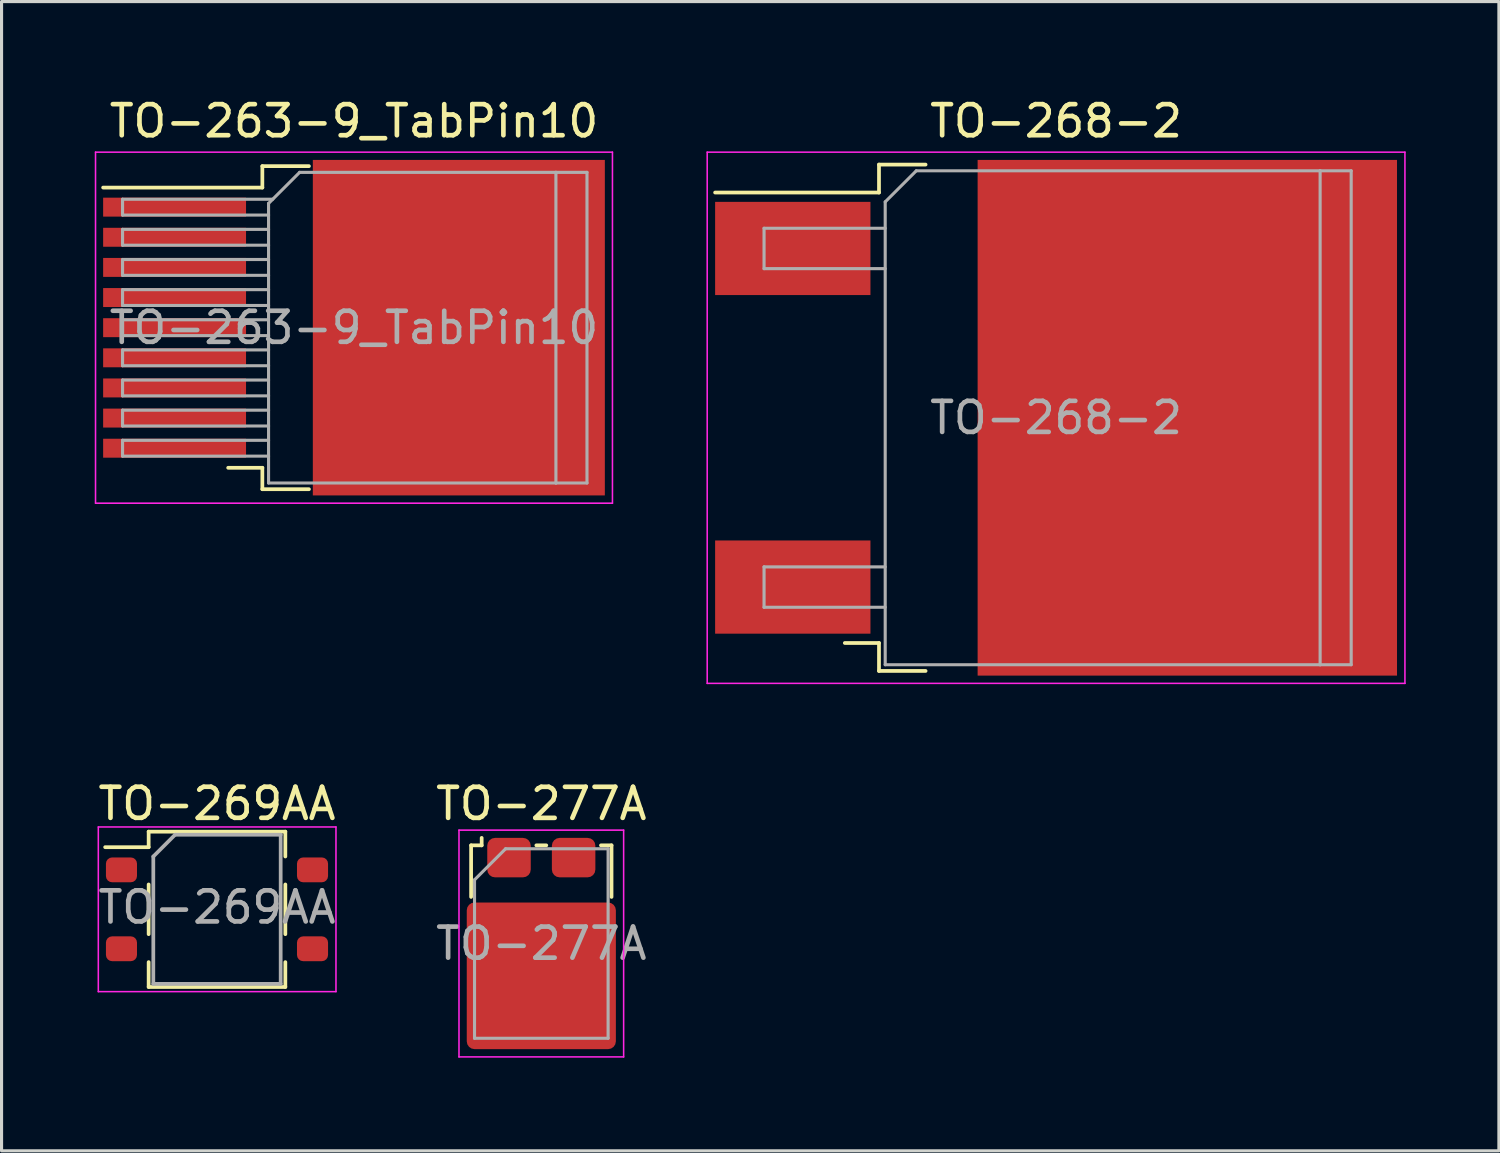
<source format=kicad_pcb>
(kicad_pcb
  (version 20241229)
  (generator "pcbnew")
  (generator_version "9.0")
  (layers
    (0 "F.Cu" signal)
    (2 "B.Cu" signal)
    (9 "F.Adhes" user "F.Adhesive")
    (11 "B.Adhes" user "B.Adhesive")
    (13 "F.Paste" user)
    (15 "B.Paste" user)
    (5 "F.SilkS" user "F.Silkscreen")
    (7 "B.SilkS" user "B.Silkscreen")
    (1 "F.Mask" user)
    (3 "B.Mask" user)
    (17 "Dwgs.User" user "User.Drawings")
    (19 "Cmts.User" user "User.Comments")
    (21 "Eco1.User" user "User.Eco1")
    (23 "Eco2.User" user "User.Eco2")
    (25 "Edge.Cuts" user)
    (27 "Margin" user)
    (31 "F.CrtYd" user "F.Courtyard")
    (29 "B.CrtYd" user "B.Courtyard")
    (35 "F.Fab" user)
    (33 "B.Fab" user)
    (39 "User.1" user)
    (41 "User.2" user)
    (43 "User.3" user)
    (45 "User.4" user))
  (footprint "TO-263-9_TabPin10"
    (layer "F.Cu")
    (at 8.345 7.498)
    (property "Reference" "TO-263-9_TabPin10" (at 0 -6.65 0) (layer "F.SilkS") (effects (font (size 1 1) (thickness 0.15))))
    (attr smd)
    (fp_line (start -2.95 -5.2) (end -2.95 -4.51) (stroke (width 0.12) (type solid)) (layer "F.SilkS"))
    (fp_line (start -2.95 -4.51) (end -8.075 -4.51) (stroke (width 0.12) (type solid)) (layer "F.SilkS"))
    (fp_line (start -2.95 4.51) (end -4.05 4.51) (stroke (width 0.12) (type solid)) (layer "F.SilkS"))
    (fp_line (start -2.95 5.2) (end -2.95 4.51) (stroke (width 0.12) (type solid)) (layer "F.SilkS"))
    (fp_line (start -1.45 -5.2) (end -2.95 -5.2) (stroke (width 0.12) (type solid)) (layer "F.SilkS"))
    (fp_line (start -1.45 5.2) (end -2.95 5.2) (stroke (width 0.12) (type solid)) (layer "F.SilkS"))
    (fp_line (start -8.32 -5.65) (end -8.32 5.65) (stroke (width 0.05) (type solid)) (layer "F.CrtYd"))
    (fp_line (start -8.32 5.65) (end 8.32 5.65) (stroke (width 0.05) (type solid)) (layer "F.CrtYd"))
    (fp_line (start 8.32 -5.65) (end -8.32 -5.65) (stroke (width 0.05) (type solid)) (layer "F.CrtYd"))
    (fp_line (start 8.32 5.65) (end 8.32 -5.65) (stroke (width 0.05) (type solid)) (layer "F.CrtYd"))
    (fp_line (start -7.45 -4.135) (end -7.45 -3.625) (stroke (width 0.1) (type solid)) (layer "F.Fab"))
    (fp_line (start -7.45 -3.625) (end -2.75 -3.625) (stroke (width 0.1) (type solid)) (layer "F.Fab"))
    (fp_line (start -7.45 -3.165) (end -7.45 -2.655) (stroke (width 0.1) (type solid)) (layer "F.Fab"))
    (fp_line (start -7.45 -2.655) (end -2.75 -2.655) (stroke (width 0.1) (type solid)) (layer "F.Fab"))
    (fp_line (start -7.45 -2.195) (end -7.45 -1.685) (stroke (width 0.1) (type solid)) (layer "F.Fab"))
    (fp_line (start -7.45 -1.685) (end -2.75 -1.685) (stroke (width 0.1) (type solid)) (layer "F.Fab"))
    (fp_line (start -7.45 -1.225) (end -7.45 -0.715) (stroke (width 0.1) (type solid)) (layer "F.Fab"))
    (fp_line (start -7.45 -0.715) (end -2.75 -0.715) (stroke (width 0.1) (type solid)) (layer "F.Fab"))
    (fp_line (start -7.45 -0.255) (end -7.45 0.255) (stroke (width 0.1) (type solid)) (layer "F.Fab"))
    (fp_line (start -7.45 0.255) (end -2.75 0.255) (stroke (width 0.1) (type solid)) (layer "F.Fab"))
    (fp_line (start -7.45 0.715) (end -7.45 1.225) (stroke (width 0.1) (type solid)) (layer "F.Fab"))
    (fp_line (start -7.45 1.225) (end -2.75 1.225) (stroke (width 0.1) (type solid)) (layer "F.Fab"))
    (fp_line (start -7.45 1.685) (end -7.45 2.195) (stroke (width 0.1) (type solid)) (layer "F.Fab"))
    (fp_line (start -7.45 2.195) (end -2.75 2.195) (stroke (width 0.1) (type solid)) (layer "F.Fab"))
    (fp_line (start -7.45 2.655) (end -7.45 3.165) (stroke (width 0.1) (type solid)) (layer "F.Fab"))
    (fp_line (start -7.45 3.165) (end -2.75 3.165) (stroke (width 0.1) (type solid)) (layer "F.Fab"))
    (fp_line (start -7.45 3.625) (end -7.45 4.135) (stroke (width 0.1) (type solid)) (layer "F.Fab"))
    (fp_line (start -7.45 4.135) (end -2.75 4.135) (stroke (width 0.1) (type solid)) (layer "F.Fab"))
    (fp_line (start -2.75 -4) (end -1.75 -5) (stroke (width 0.1) (type solid)) (layer "F.Fab"))
    (fp_line (start -2.75 -3.165) (end -7.45 -3.165) (stroke (width 0.1) (type solid)) (layer "F.Fab"))
    (fp_line (start -2.75 -2.195) (end -7.45 -2.195) (stroke (width 0.1) (type solid)) (layer "F.Fab"))
    (fp_line (start -2.75 -1.225) (end -7.45 -1.225) (stroke (width 0.1) (type solid)) (layer "F.Fab"))
    (fp_line (start -2.75 -0.255) (end -7.45 -0.255) (stroke (width 0.1) (type solid)) (layer "F.Fab"))
    (fp_line (start -2.75 0.715) (end -7.45 0.715) (stroke (width 0.1) (type solid)) (layer "F.Fab"))
    (fp_line (start -2.75 1.685) (end -7.45 1.685) (stroke (width 0.1) (type solid)) (layer "F.Fab"))
    (fp_line (start -2.75 2.655) (end -7.45 2.655) (stroke (width 0.1) (type solid)) (layer "F.Fab"))
    (fp_line (start -2.75 3.625) (end -7.45 3.625) (stroke (width 0.1) (type solid)) (layer "F.Fab"))
    (fp_line (start -2.75 5) (end -2.75 -4) (stroke (width 0.1) (type solid)) (layer "F.Fab"))
    (fp_line (start -2.615 -4.135) (end -7.45 -4.135) (stroke (width 0.1) (type solid)) (layer "F.Fab"))
    (fp_line (start -1.75 -5) (end 6.5 -5) (stroke (width 0.1) (type solid)) (layer "F.Fab"))
    (fp_line (start 6.5 -5) (end 6.5 5) (stroke (width 0.1) (type solid)) (layer "F.Fab"))
    (fp_line (start 6.5 -5) (end 7.5 -5) (stroke (width 0.1) (type solid)) (layer "F.Fab"))
    (fp_line (start 6.5 5) (end -2.75 5) (stroke (width 0.1) (type solid)) (layer "F.Fab"))
    (fp_line (start 7.5 -5) (end 7.5 5) (stroke (width 0.1) (type solid)) (layer "F.Fab"))
    (fp_line (start 7.5 5) (end 6.5 5) (stroke (width 0.1) (type solid)) (layer "F.Fab"))
    (fp_text user "${REFERENCE}" (at 0 0 0) (layer "F.Fab") (effects (font (size 1 1) (thickness 0.15))))
    (pad "" smd rect (at 0.95 -2.775) (size 4.55 5.25) (layers "F.Paste"))
    (pad "" smd rect (at 0.95 2.775) (size 4.55 5.25) (layers "F.Paste"))
    (pad "" smd rect (at 5.8 -2.775) (size 4.55 5.25) (layers "F.Paste"))
    (pad "" smd rect (at 5.8 2.775) (size 4.55 5.25) (layers "F.Paste"))
    (pad "1" smd rect (at -5.775 -3.88) (size 4.6 0.61) (layers "F.Cu" "F.Mask" "F.Paste"))
    (pad "2" smd rect (at -5.775 -2.91) (size 4.6 0.61) (layers "F.Cu" "F.Mask" "F.Paste"))
    (pad "3" smd rect (at -5.775 -1.94) (size 4.6 0.61) (layers "F.Cu" "F.Mask" "F.Paste"))
    (pad "4" smd rect (at -5.775 -0.97) (size 4.6 0.61) (layers "F.Cu" "F.Mask" "F.Paste"))
    (pad "5" smd rect (at -5.775 0) (size 4.6 0.61) (layers "F.Cu" "F.Mask" "F.Paste"))
    (pad "6" smd rect (at -5.775 0.97) (size 4.6 0.61) (layers "F.Cu" "F.Mask" "F.Paste"))
    (pad "7" smd rect (at -5.775 1.94) (size 4.6 0.61) (layers "F.Cu" "F.Mask" "F.Paste"))
    (pad "8" smd rect (at -5.775 2.91) (size 4.6 0.61) (layers "F.Cu" "F.Mask" "F.Paste"))
    (pad "9" smd rect (at -5.775 3.88) (size 4.6 0.61) (layers "F.Cu" "F.Mask" "F.Paste"))
    (pad "10" smd rect (at 3.375 0) (size 9.4 10.8) (layers "F.Cu" "F.Mask")))
  (footprint "TO-268-2"
    (layer "F.Cu")
    (at 30.945 10.398)
    (property "Reference" "TO-268-2" (at 0 -9.55 0) (layer "F.SilkS") (effects (font (size 1 1) (thickness 0.15))))
    (attr smd)
    (fp_line (start -5.7 -8.15) (end -5.7 -7.25) (stroke (width 0.12) (type solid)) (layer "F.SilkS"))
    (fp_line (start -5.7 -7.25) (end -10.975 -7.25) (stroke (width 0.12) (type solid)) (layer "F.SilkS"))
    (fp_line (start -5.7 7.25) (end -6.8 7.25) (stroke (width 0.12) (type solid)) (layer "F.SilkS"))
    (fp_line (start -5.7 8.15) (end -5.7 7.25) (stroke (width 0.12) (type solid)) (layer "F.SilkS"))
    (fp_line (start -4.2 -8.15) (end -5.7 -8.15) (stroke (width 0.12) (type solid)) (layer "F.SilkS"))
    (fp_line (start -4.2 8.15) (end -5.7 8.15) (stroke (width 0.12) (type solid)) (layer "F.SilkS"))
    (fp_line (start -11.23 -8.55) (end -11.23 8.55) (stroke (width 0.05) (type solid)) (layer "F.CrtYd"))
    (fp_line (start -11.23 8.55) (end 11.23 8.55) (stroke (width 0.05) (type solid)) (layer "F.CrtYd"))
    (fp_line (start 11.23 -8.55) (end -11.23 -8.55) (stroke (width 0.05) (type solid)) (layer "F.CrtYd"))
    (fp_line (start 11.23 8.55) (end 11.23 -8.55) (stroke (width 0.05) (type solid)) (layer "F.CrtYd"))
    (fp_line (start -9.4 -6.1) (end -9.4 -4.8) (stroke (width 0.1) (type solid)) (layer "F.Fab"))
    (fp_line (start -9.4 -4.8) (end -5.5 -4.8) (stroke (width 0.1) (type solid)) (layer "F.Fab"))
    (fp_line (start -9.4 4.8) (end -9.4 6.1) (stroke (width 0.1) (type solid)) (layer "F.Fab"))
    (fp_line (start -9.4 6.1) (end -5.5 6.1) (stroke (width 0.1) (type solid)) (layer "F.Fab"))
    (fp_line (start -5.5 -6.95) (end -4.5 -7.95) (stroke (width 0.1) (type solid)) (layer "F.Fab"))
    (fp_line (start -5.5 -6.1) (end -9.4 -6.1) (stroke (width 0.1) (type solid)) (layer "F.Fab"))
    (fp_line (start -5.5 4.8) (end -9.4 4.8) (stroke (width 0.1) (type solid)) (layer "F.Fab"))
    (fp_line (start -5.5 7.95) (end -5.5 -6.95) (stroke (width 0.1) (type solid)) (layer "F.Fab"))
    (fp_line (start -4.5 -7.95) (end 8.5 -7.95) (stroke (width 0.1) (type solid)) (layer "F.Fab"))
    (fp_line (start 8.5 -7.95) (end 8.5 7.95) (stroke (width 0.1) (type solid)) (layer "F.Fab"))
    (fp_line (start 8.5 -7.95) (end 9.5 -7.95) (stroke (width 0.1) (type solid)) (layer "F.Fab"))
    (fp_line (start 8.5 7.95) (end -5.5 7.95) (stroke (width 0.1) (type solid)) (layer "F.Fab"))
    (fp_line (start 9.5 -7.95) (end 9.5 7.95) (stroke (width 0.1) (type solid)) (layer "F.Fab"))
    (fp_line (start 9.5 7.95) (end 8.5 7.95) (stroke (width 0.1) (type solid)) (layer "F.Fab"))
    (fp_text user "${REFERENCE}" (at 0 0 0) (layer "F.Fab") (effects (font (size 1 1) (thickness 0.15))))
    (pad "" smd rect (at 0.775 -4.225) (size 6.6 8.15) (layers "F.Paste"))
    (pad "" smd rect (at 0.775 4.225) (size 6.6 8.15) (layers "F.Paste"))
    (pad "" smd rect (at 7.675 -4.225) (size 6.6 8.15) (layers "F.Paste"))
    (pad "" smd rect (at 7.675 4.225) (size 6.6 8.15) (layers "F.Paste"))
    (pad "1" smd rect (at -8.475 -5.45) (size 5 3) (layers "F.Cu" "F.Mask" "F.Paste"))
    (pad "2" smd rect (at 4.225 0) (size 13.5 16.6) (layers "F.Cu" "F.Mask"))
    (pad "3" smd rect (at -8.475 5.45) (size 5 3) (layers "F.Cu" "F.Mask" "F.Paste")))
  (footprint "TO-277A"
    (layer "F.Cu")
    (at 14.375 27.322)
    (property "Reference" "TO-277A" (at 0 -4.5 180) (layer "F.SilkS") (effects (font (size 1 1) (thickness 0.15))))
    (attr smd)
    (fp_line (start -2.26 -3.16) (end -2.26 -1.5) (stroke (width 0.12) (type solid)) (layer "F.SilkS"))
    (fp_line (start -1.92 -3.4) (end -1.92 -3.16) (stroke (width 0.12) (type solid)) (layer "F.SilkS"))
    (fp_line (start -1.92 -3.16) (end -2.26 -3.16) (stroke (width 0.12) (type solid)) (layer "F.SilkS"))
    (fp_line (start -0.16 -3.16) (end 0.16 -3.16) (stroke (width 0.12) (type solid)) (layer "F.SilkS"))
    (fp_line (start 2.26 -3.16) (end 1.92 -3.16) (stroke (width 0.12) (type solid)) (layer "F.SilkS"))
    (fp_line (start 2.26 -1.5) (end 2.26 -3.16) (stroke (width 0.12) (type solid)) (layer "F.SilkS"))
    (fp_line (start -2.65 -3.65) (end -2.65 3.65) (stroke (width 0.05) (type solid)) (layer "F.CrtYd"))
    (fp_line (start -2.65 -3.65) (end 2.65 -3.65) (stroke (width 0.05) (type solid)) (layer "F.CrtYd"))
    (fp_line (start 2.65 3.65) (end -2.65 3.65) (stroke (width 0.05) (type solid)) (layer "F.CrtYd"))
    (fp_line (start 2.65 3.65) (end 2.65 -3.65) (stroke (width 0.05) (type solid)) (layer "F.CrtYd"))
    (fp_line (start -2.15 -2.05) (end -2.15 3.05) (stroke (width 0.1) (type solid)) (layer "F.Fab"))
    (fp_line (start -2.15 3.05) (end 2.15 3.05) (stroke (width 0.1) (type solid)) (layer "F.Fab"))
    (fp_line (start -1.15 -3.05) (end -2.15 -2.05) (stroke (width 0.1) (type solid)) (layer "F.Fab"))
    (fp_line (start 2.15 -3.05) (end -1.15 -3.05) (stroke (width 0.1) (type solid)) (layer "F.Fab"))
    (fp_line (start 2.15 3.05) (end 2.15 -3.05) (stroke (width 0.1) (type solid)) (layer "F.Fab"))
    (fp_text user "${REFERENCE}" (at 0 0 0) (layer "F.Fab") (effects (font (size 1 1) (thickness 0.15))))
    (pad "" smd roundrect (at -1.7 -0.65 180) (size 1.25 1.2) (layers "F.Paste") (roundrect_rratio 0.208))
    (pad "" smd roundrect (at -1.7 1.04) (size 1.25 1.2) (layers "F.Paste") (roundrect_rratio 0.208))
    (pad "" smd roundrect (at -1.7 2.7) (size 1.25 1.2) (layers "F.Paste") (roundrect_rratio 0.208))
    (pad "" smd roundrect (at 0 -0.65) (size 1.25 1.2) (layers "F.Paste") (roundrect_rratio 0.208))
    (pad "" smd roundrect (at 0 1.04) (size 1.25 1.2) (layers "F.Paste") (roundrect_rratio 0.208))
    (pad "" smd roundrect (at 0 2.7) (size 1.25 1.2) (layers "F.Paste") (roundrect_rratio 0.208))
    (pad "" smd roundrect (at 1.7 -0.65) (size 1.25 1.2) (layers "F.Paste") (roundrect_rratio 0.208))
    (pad "" smd roundrect (at 1.7 1.04) (size 1.25 1.2) (layers "F.Paste") (roundrect_rratio 0.208))
    (pad "" smd roundrect (at 1.7 2.7) (size 1.25 1.2) (layers "F.Paste") (roundrect_rratio 0.208))
    (pad "1" smd roundrect (at -1.04 -2.765) (size 1.4 1.27) (layers "F.Cu" "F.Mask" "F.Paste") (roundrect_rratio 0.197))
    (pad "2" smd roundrect (at 1.04 -2.765) (size 1.4 1.27) (layers "F.Cu" "F.Mask" "F.Paste") (roundrect_rratio 0.197))
    (pad "3" smd roundrect (at 0 1.04) (size 4.8 4.72) (layers "F.Cu" "F.Mask") (roundrect_rratio 0.053)))
  (footprint "TO-269AA"
    (layer "F.Cu")
    (at 3.935 26.221)
    (property "Reference" "TO-269AA" (at 0 -3.4 0) (layer "F.SilkS") (effects (font (size 1 1) (thickness 0.15))))
    (attr smd)
    (fp_line (start -2.2 -2.5) (end -2.2 -2) (stroke (width 0.12) (type solid)) (layer "F.SilkS"))
    (fp_line (start -2.2 -2) (end -3.6 -2) (stroke (width 0.12) (type solid)) (layer "F.SilkS"))
    (fp_line (start -2.2 -0.8) (end -2.2 0.8) (stroke (width 0.12) (type solid)) (layer "F.SilkS"))
    (fp_line (start -2.2 2.5) (end -2.2 1.7) (stroke (width 0.12) (type solid)) (layer "F.SilkS"))
    (fp_line (start 2.2 -2.5) (end -2.2 -2.5) (stroke (width 0.12) (type solid)) (layer "F.SilkS"))
    (fp_line (start 2.2 -1.7) (end 2.2 -2.5) (stroke (width 0.12) (type solid)) (layer "F.SilkS"))
    (fp_line (start 2.2 -0.8) (end 2.2 0.8) (stroke (width 0.12) (type solid)) (layer "F.SilkS"))
    (fp_line (start 2.2 1.7) (end 2.2 2.5) (stroke (width 0.12) (type solid)) (layer "F.SilkS"))
    (fp_line (start 2.2 2.5) (end -2.2 2.5) (stroke (width 0.12) (type solid)) (layer "F.SilkS"))
    (fp_line (start -3.82 -2.65) (end -3.82 2.65) (stroke (width 0.05) (type solid)) (layer "F.CrtYd"))
    (fp_line (start -3.82 -2.65) (end 3.83 -2.65) (stroke (width 0.05) (type solid)) (layer "F.CrtYd"))
    (fp_line (start 3.83 2.65) (end -3.82 2.65) (stroke (width 0.05) (type solid)) (layer "F.CrtYd"))
    (fp_line (start 3.83 2.65) (end 3.83 -2.65) (stroke (width 0.05) (type solid)) (layer "F.CrtYd"))
    (fp_line (start -2.05 -1.7) (end -1.35 -2.4) (stroke (width 0.12) (type solid)) (layer "F.Fab"))
    (fp_line (start -2.05 2.4) (end -2.05 -1.7) (stroke (width 0.12) (type solid)) (layer "F.Fab"))
    (fp_line (start -1.35 -2.4) (end 2.05 -2.4) (stroke (width 0.12) (type solid)) (layer "F.Fab"))
    (fp_line (start 2.05 -2.4) (end 2.05 2.4) (stroke (width 0.12) (type solid)) (layer "F.Fab"))
    (fp_line (start 2.05 2.4) (end -2.05 2.4) (stroke (width 0.12) (type solid)) (layer "F.Fab"))
    (fp_text user "${REFERENCE}" (at 0 -0.065 0) (layer "F.Fab") (effects (font (size 1 1) (thickness 0.15))))
    (pad "1" smd roundrect (at -3.075 -1.27) (size 1 0.8) (layers "F.Cu" "F.Mask" "F.Paste") (roundrect_rratio 0.25))
    (pad "2" smd roundrect (at -3.075 1.27) (size 1 0.8) (layers "F.Cu" "F.Mask" "F.Paste") (roundrect_rratio 0.25))
    (pad "3" smd roundrect (at 3.075 1.27) (size 1 0.8) (layers "F.Cu" "F.Mask" "F.Paste") (roundrect_rratio 0.25))
    (pad "4" smd roundrect (at 3.075 -1.27) (size 1 0.8) (layers "F.Cu" "F.Mask" "F.Paste") (roundrect_rratio 0.25)))
  (gr_rect
    (start -3 -3)
    (end 45.2 33.996)
    (stroke (width 0.1) (type default))
    (fill no)
    (layer "Edge.Cuts")))
</source>
